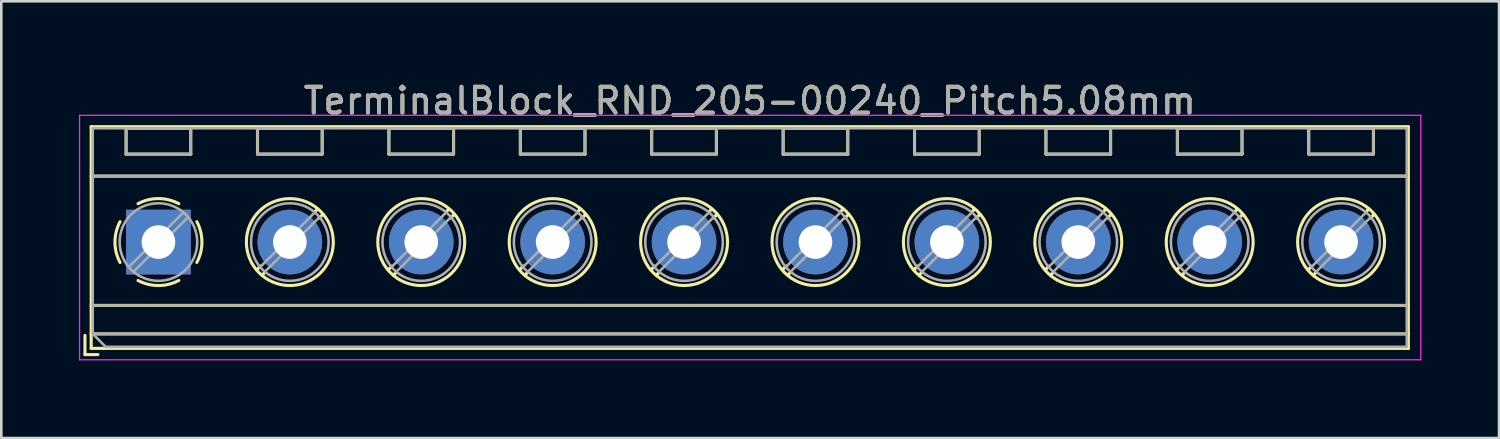
<source format=kicad_pcb>
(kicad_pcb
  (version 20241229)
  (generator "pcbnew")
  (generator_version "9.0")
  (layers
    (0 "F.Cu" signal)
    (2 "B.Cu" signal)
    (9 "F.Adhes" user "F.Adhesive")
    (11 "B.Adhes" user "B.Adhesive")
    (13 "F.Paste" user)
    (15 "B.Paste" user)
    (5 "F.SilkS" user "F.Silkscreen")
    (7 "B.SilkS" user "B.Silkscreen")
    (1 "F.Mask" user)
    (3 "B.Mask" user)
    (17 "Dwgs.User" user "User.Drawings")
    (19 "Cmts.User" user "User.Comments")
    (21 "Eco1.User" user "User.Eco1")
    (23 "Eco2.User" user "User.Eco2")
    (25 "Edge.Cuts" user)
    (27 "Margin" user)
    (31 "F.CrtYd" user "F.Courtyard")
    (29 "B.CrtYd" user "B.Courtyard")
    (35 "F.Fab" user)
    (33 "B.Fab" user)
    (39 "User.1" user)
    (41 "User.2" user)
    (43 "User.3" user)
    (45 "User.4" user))
  (footprint "TerminalBlock_RND_205-00240_Pitch5.08mm"
    (layer "F.Cu")
    (at 3.075 6.308)
    (property "Reference" "TerminalBlock_RND_205-00240_Pitch5.08mm" (at 22.86 -5.46 0) (layer "F.SilkS") (effects (font (size 1 1) (thickness 0.15))))
    (attr through_hole)
    (fp_line (start -2.84 3.61) (end -2.84 4.35) (stroke (width 0.12) (type solid)) (layer "F.SilkS"))
    (fp_line (start -2.84 4.35) (end -2.34 4.35) (stroke (width 0.12) (type solid)) (layer "F.SilkS"))
    (fp_line (start -2.6 -4.46) (end -2.6 4.11) (stroke (width 0.12) (type solid)) (layer "F.SilkS"))
    (fp_line (start -2.6 -2.55) (end 48.32 -2.55) (stroke (width 0.12) (type solid)) (layer "F.SilkS"))
    (fp_line (start -2.6 2.45) (end 48.32 2.45) (stroke (width 0.12) (type solid)) (layer "F.SilkS"))
    (fp_line (start -2.6 3.55) (end 48.32 3.55) (stroke (width 0.12) (type solid)) (layer "F.SilkS"))
    (fp_line (start -2.6 4.11) (end 48.32 4.11) (stroke (width 0.12) (type solid)) (layer "F.SilkS"))
    (fp_line (start -1.25 -4.4) (end -1.25 -3.4) (stroke (width 0.12) (type solid)) (layer "F.SilkS"))
    (fp_line (start -1.25 -4.4) (end 1.25 -4.4) (stroke (width 0.12) (type solid)) (layer "F.SilkS"))
    (fp_line (start -1.25 -3.4) (end 1.25 -3.4) (stroke (width 0.12) (type solid)) (layer "F.SilkS"))
    (fp_line (start 1.25 -4.4) (end 1.25 -3.4) (stroke (width 0.12) (type solid)) (layer "F.SilkS"))
    (fp_line (start 3.83 -4.4) (end 3.83 -3.4) (stroke (width 0.12) (type solid)) (layer "F.SilkS"))
    (fp_line (start 3.83 -4.4) (end 6.33 -4.4) (stroke (width 0.12) (type solid)) (layer "F.SilkS"))
    (fp_line (start 3.83 -3.4) (end 6.33 -3.4) (stroke (width 0.12) (type solid)) (layer "F.SilkS"))
    (fp_line (start 3.947 0.929) (end 3.806 1.069) (stroke (width 0.12) (type solid)) (layer "F.SilkS"))
    (fp_line (start 4.117 1.169) (end 4.011 1.274) (stroke (width 0.12) (type solid)) (layer "F.SilkS"))
    (fp_line (start 6.15 -1.275) (end 6.044 -1.169) (stroke (width 0.12) (type solid)) (layer "F.SilkS"))
    (fp_line (start 6.33 -4.4) (end 6.33 -3.4) (stroke (width 0.12) (type solid)) (layer "F.SilkS"))
    (fp_line (start 6.355 -1.069) (end 6.214 -0.929) (stroke (width 0.12) (type solid)) (layer "F.SilkS"))
    (fp_line (start 8.91 -4.4) (end 8.91 -3.4) (stroke (width 0.12) (type solid)) (layer "F.SilkS"))
    (fp_line (start 8.91 -4.4) (end 11.41 -4.4) (stroke (width 0.12) (type solid)) (layer "F.SilkS"))
    (fp_line (start 8.91 -3.4) (end 11.41 -3.4) (stroke (width 0.12) (type solid)) (layer "F.SilkS"))
    (fp_line (start 9.027 0.929) (end 8.886 1.069) (stroke (width 0.12) (type solid)) (layer "F.SilkS"))
    (fp_line (start 9.197 1.169) (end 9.091 1.274) (stroke (width 0.12) (type solid)) (layer "F.SilkS"))
    (fp_line (start 11.23 -1.275) (end 11.124 -1.169) (stroke (width 0.12) (type solid)) (layer "F.SilkS"))
    (fp_line (start 11.41 -4.4) (end 11.41 -3.4) (stroke (width 0.12) (type solid)) (layer "F.SilkS"))
    (fp_line (start 11.435 -1.069) (end 11.294 -0.929) (stroke (width 0.12) (type solid)) (layer "F.SilkS"))
    (fp_line (start 13.99 -4.4) (end 13.99 -3.4) (stroke (width 0.12) (type solid)) (layer "F.SilkS"))
    (fp_line (start 13.99 -4.4) (end 16.49 -4.4) (stroke (width 0.12) (type solid)) (layer "F.SilkS"))
    (fp_line (start 13.99 -3.4) (end 16.49 -3.4) (stroke (width 0.12) (type solid)) (layer "F.SilkS"))
    (fp_line (start 14.107 0.929) (end 13.966 1.069) (stroke (width 0.12) (type solid)) (layer "F.SilkS"))
    (fp_line (start 14.277 1.169) (end 14.171 1.274) (stroke (width 0.12) (type solid)) (layer "F.SilkS"))
    (fp_line (start 16.31 -1.275) (end 16.204 -1.169) (stroke (width 0.12) (type solid)) (layer "F.SilkS"))
    (fp_line (start 16.49 -4.4) (end 16.49 -3.4) (stroke (width 0.12) (type solid)) (layer "F.SilkS"))
    (fp_line (start 16.515 -1.069) (end 16.374 -0.929) (stroke (width 0.12) (type solid)) (layer "F.SilkS"))
    (fp_line (start 19.07 -4.4) (end 19.07 -3.4) (stroke (width 0.12) (type solid)) (layer "F.SilkS"))
    (fp_line (start 19.07 -4.4) (end 21.57 -4.4) (stroke (width 0.12) (type solid)) (layer "F.SilkS"))
    (fp_line (start 19.07 -3.4) (end 21.57 -3.4) (stroke (width 0.12) (type solid)) (layer "F.SilkS"))
    (fp_line (start 19.187 0.929) (end 19.046 1.069) (stroke (width 0.12) (type solid)) (layer "F.SilkS"))
    (fp_line (start 19.357 1.169) (end 19.251 1.274) (stroke (width 0.12) (type solid)) (layer "F.SilkS"))
    (fp_line (start 21.39 -1.275) (end 21.284 -1.169) (stroke (width 0.12) (type solid)) (layer "F.SilkS"))
    (fp_line (start 21.57 -4.4) (end 21.57 -3.4) (stroke (width 0.12) (type solid)) (layer "F.SilkS"))
    (fp_line (start 21.595 -1.069) (end 21.454 -0.929) (stroke (width 0.12) (type solid)) (layer "F.SilkS"))
    (fp_line (start 24.15 -4.4) (end 24.15 -3.4) (stroke (width 0.12) (type solid)) (layer "F.SilkS"))
    (fp_line (start 24.15 -4.4) (end 26.65 -4.4) (stroke (width 0.12) (type solid)) (layer "F.SilkS"))
    (fp_line (start 24.15 -3.4) (end 26.65 -3.4) (stroke (width 0.12) (type solid)) (layer "F.SilkS"))
    (fp_line (start 24.267 0.929) (end 24.126 1.069) (stroke (width 0.12) (type solid)) (layer "F.SilkS"))
    (fp_line (start 24.437 1.169) (end 24.331 1.274) (stroke (width 0.12) (type solid)) (layer "F.SilkS"))
    (fp_line (start 26.47 -1.275) (end 26.364 -1.169) (stroke (width 0.12) (type solid)) (layer "F.SilkS"))
    (fp_line (start 26.65 -4.4) (end 26.65 -3.4) (stroke (width 0.12) (type solid)) (layer "F.SilkS"))
    (fp_line (start 26.675 -1.069) (end 26.534 -0.929) (stroke (width 0.12) (type solid)) (layer "F.SilkS"))
    (fp_line (start 29.23 -4.4) (end 29.23 -3.4) (stroke (width 0.12) (type solid)) (layer "F.SilkS"))
    (fp_line (start 29.23 -4.4) (end 31.73 -4.4) (stroke (width 0.12) (type solid)) (layer "F.SilkS"))
    (fp_line (start 29.23 -3.4) (end 31.73 -3.4) (stroke (width 0.12) (type solid)) (layer "F.SilkS"))
    (fp_line (start 29.347 0.929) (end 29.206 1.069) (stroke (width 0.12) (type solid)) (layer "F.SilkS"))
    (fp_line (start 29.517 1.169) (end 29.411 1.274) (stroke (width 0.12) (type solid)) (layer "F.SilkS"))
    (fp_line (start 31.55 -1.275) (end 31.444 -1.169) (stroke (width 0.12) (type solid)) (layer "F.SilkS"))
    (fp_line (start 31.73 -4.4) (end 31.73 -3.4) (stroke (width 0.12) (type solid)) (layer "F.SilkS"))
    (fp_line (start 31.755 -1.069) (end 31.614 -0.929) (stroke (width 0.12) (type solid)) (layer "F.SilkS"))
    (fp_line (start 34.31 -4.4) (end 34.31 -3.4) (stroke (width 0.12) (type solid)) (layer "F.SilkS"))
    (fp_line (start 34.31 -4.4) (end 36.81 -4.4) (stroke (width 0.12) (type solid)) (layer "F.SilkS"))
    (fp_line (start 34.31 -3.4) (end 36.81 -3.4) (stroke (width 0.12) (type solid)) (layer "F.SilkS"))
    (fp_line (start 34.427 0.929) (end 34.286 1.069) (stroke (width 0.12) (type solid)) (layer "F.SilkS"))
    (fp_line (start 34.597 1.169) (end 34.491 1.274) (stroke (width 0.12) (type solid)) (layer "F.SilkS"))
    (fp_line (start 36.63 -1.275) (end 36.524 -1.169) (stroke (width 0.12) (type solid)) (layer "F.SilkS"))
    (fp_line (start 36.81 -4.4) (end 36.81 -3.4) (stroke (width 0.12) (type solid)) (layer "F.SilkS"))
    (fp_line (start 36.835 -1.069) (end 36.694 -0.929) (stroke (width 0.12) (type solid)) (layer "F.SilkS"))
    (fp_line (start 39.39 -4.4) (end 39.39 -3.4) (stroke (width 0.12) (type solid)) (layer "F.SilkS"))
    (fp_line (start 39.39 -4.4) (end 41.89 -4.4) (stroke (width 0.12) (type solid)) (layer "F.SilkS"))
    (fp_line (start 39.39 -3.4) (end 41.89 -3.4) (stroke (width 0.12) (type solid)) (layer "F.SilkS"))
    (fp_line (start 39.507 0.929) (end 39.366 1.069) (stroke (width 0.12) (type solid)) (layer "F.SilkS"))
    (fp_line (start 39.677 1.169) (end 39.571 1.274) (stroke (width 0.12) (type solid)) (layer "F.SilkS"))
    (fp_line (start 41.71 -1.275) (end 41.604 -1.169) (stroke (width 0.12) (type solid)) (layer "F.SilkS"))
    (fp_line (start 41.89 -4.4) (end 41.89 -3.4) (stroke (width 0.12) (type solid)) (layer "F.SilkS"))
    (fp_line (start 41.915 -1.069) (end 41.774 -0.929) (stroke (width 0.12) (type solid)) (layer "F.SilkS"))
    (fp_line (start 44.47 -4.4) (end 44.47 -3.4) (stroke (width 0.12) (type solid)) (layer "F.SilkS"))
    (fp_line (start 44.47 -4.4) (end 46.97 -4.4) (stroke (width 0.12) (type solid)) (layer "F.SilkS"))
    (fp_line (start 44.47 -3.4) (end 46.97 -3.4) (stroke (width 0.12) (type solid)) (layer "F.SilkS"))
    (fp_line (start 44.587 0.929) (end 44.446 1.069) (stroke (width 0.12) (type solid)) (layer "F.SilkS"))
    (fp_line (start 44.757 1.169) (end 44.651 1.274) (stroke (width 0.12) (type solid)) (layer "F.SilkS"))
    (fp_line (start 46.79 -1.275) (end 46.684 -1.169) (stroke (width 0.12) (type solid)) (layer "F.SilkS"))
    (fp_line (start 46.97 -4.4) (end 46.97 -3.4) (stroke (width 0.12) (type solid)) (layer "F.SilkS"))
    (fp_line (start 46.995 -1.069) (end 46.854 -0.929) (stroke (width 0.12) (type solid)) (layer "F.SilkS"))
    (fp_line (start 48.32 -4.46) (end -2.6 -4.46) (stroke (width 0.12) (type solid)) (layer "F.SilkS"))
    (fp_line (start 48.32 4.11) (end 48.32 -4.46) (stroke (width 0.12) (type solid)) (layer "F.SilkS"))
    (fp_arc (start -1.483953 0.789089) (mid -1.680708 0.00005) (end -1.484 -0.789) (stroke (width 0.12) (type solid)) (layer "F.SilkS"))
    (fp_arc (start -0.789089 -1.483953) (mid -0.00005 -1.680708) (end 0.789 -1.484) (stroke (width 0.12) (type solid)) (layer "F.SilkS"))
    (fp_arc (start 0.029383 1.68045) (mid -0.392304 1.634281) (end -0.789 1.484) (stroke (width 0.12) (type solid)) (layer "F.SilkS"))
    (fp_arc (start 0.788712 1.483352) (mid 0.406429 1.630097) (end 0 1.68) (stroke (width 0.12) (type solid)) (layer "F.SilkS"))
    (fp_arc (start 1.483953 -0.789089) (mid 1.680708 -0.00005) (end 1.484 0.789) (stroke (width 0.12) (type solid)) (layer "F.SilkS"))
    (fp_circle (center 5.08 0) (end 6.76 0) (stroke (width 0.12) (type solid)) (fill no) (layer "F.SilkS"))
    (fp_circle (center 10.16 0) (end 11.84 0) (stroke (width 0.12) (type solid)) (fill no) (layer "F.SilkS"))
    (fp_circle (center 15.24 0) (end 16.92 0) (stroke (width 0.12) (type solid)) (fill no) (layer "F.SilkS"))
    (fp_circle (center 20.32 0) (end 22 0) (stroke (width 0.12) (type solid)) (fill no) (layer "F.SilkS"))
    (fp_circle (center 25.4 0) (end 27.08 0) (stroke (width 0.12) (type solid)) (fill no) (layer "F.SilkS"))
    (fp_circle (center 30.48 0) (end 32.16 0) (stroke (width 0.12) (type solid)) (fill no) (layer "F.SilkS"))
    (fp_circle (center 35.56 0) (end 37.24 0) (stroke (width 0.12) (type solid)) (fill no) (layer "F.SilkS"))
    (fp_circle (center 40.64 0) (end 42.32 0) (stroke (width 0.12) (type solid)) (fill no) (layer "F.SilkS"))
    (fp_circle (center 45.72 0) (end 47.4 0) (stroke (width 0.12) (type solid)) (fill no) (layer "F.SilkS"))
    (fp_line (start -3.05 -4.9) (end -3.05 4.55) (stroke (width 0.05) (type solid)) (layer "F.CrtYd"))
    (fp_line (start -3.05 4.55) (end 48.8 4.55) (stroke (width 0.05) (type solid)) (layer "F.CrtYd"))
    (fp_line (start 48.8 -4.9) (end -3.05 -4.9) (stroke (width 0.05) (type solid)) (layer "F.CrtYd"))
    (fp_line (start 48.8 4.55) (end 48.8 -4.9) (stroke (width 0.05) (type solid)) (layer "F.CrtYd"))
    (fp_line (start -2.54 -4.4) (end 48.26 -4.4) (stroke (width 0.1) (type solid)) (layer "F.Fab"))
    (fp_line (start -2.54 -2.55) (end 48.26 -2.55) (stroke (width 0.1) (type solid)) (layer "F.Fab"))
    (fp_line (start -2.54 2.45) (end 48.26 2.45) (stroke (width 0.1) (type solid)) (layer "F.Fab"))
    (fp_line (start -2.54 3.55) (end -2.54 -4.4) (stroke (width 0.1) (type solid)) (layer "F.Fab"))
    (fp_line (start -2.54 3.55) (end 48.26 3.55) (stroke (width 0.1) (type solid)) (layer "F.Fab"))
    (fp_line (start -2.04 4.05) (end -2.54 3.55) (stroke (width 0.1) (type solid)) (layer "F.Fab"))
    (fp_line (start -1.25 -4.4) (end -1.25 -3.4) (stroke (width 0.1) (type solid)) (layer "F.Fab"))
    (fp_line (start -1.25 -3.4) (end 1.25 -3.4) (stroke (width 0.1) (type solid)) (layer "F.Fab"))
    (fp_line (start 0.955 -1.138) (end -1.138 0.955) (stroke (width 0.1) (type solid)) (layer "F.Fab"))
    (fp_line (start 1.138 -0.955) (end -0.955 1.138) (stroke (width 0.1) (type solid)) (layer "F.Fab"))
    (fp_line (start 1.25 -4.4) (end -1.25 -4.4) (stroke (width 0.1) (type solid)) (layer "F.Fab"))
    (fp_line (start 1.25 -3.4) (end 1.25 -4.4) (stroke (width 0.1) (type solid)) (layer "F.Fab"))
    (fp_line (start 3.83 -4.4) (end 3.83 -3.4) (stroke (width 0.1) (type solid)) (layer "F.Fab"))
    (fp_line (start 3.83 -3.4) (end 6.33 -3.4) (stroke (width 0.1) (type solid)) (layer "F.Fab"))
    (fp_line (start 6.035 -1.138) (end 3.943 0.955) (stroke (width 0.1) (type solid)) (layer "F.Fab"))
    (fp_line (start 6.218 -0.955) (end 4.126 1.138) (stroke (width 0.1) (type solid)) (layer "F.Fab"))
    (fp_line (start 6.33 -4.4) (end 3.83 -4.4) (stroke (width 0.1) (type solid)) (layer "F.Fab"))
    (fp_line (start 6.33 -3.4) (end 6.33 -4.4) (stroke (width 0.1) (type solid)) (layer "F.Fab"))
    (fp_line (start 8.91 -4.4) (end 8.91 -3.4) (stroke (width 0.1) (type solid)) (layer "F.Fab"))
    (fp_line (start 8.91 -3.4) (end 11.41 -3.4) (stroke (width 0.1) (type solid)) (layer "F.Fab"))
    (fp_line (start 11.115 -1.138) (end 9.023 0.955) (stroke (width 0.1) (type solid)) (layer "F.Fab"))
    (fp_line (start 11.298 -0.955) (end 9.206 1.138) (stroke (width 0.1) (type solid)) (layer "F.Fab"))
    (fp_line (start 11.41 -4.4) (end 8.91 -4.4) (stroke (width 0.1) (type solid)) (layer "F.Fab"))
    (fp_line (start 11.41 -3.4) (end 11.41 -4.4) (stroke (width 0.1) (type solid)) (layer "F.Fab"))
    (fp_line (start 13.99 -4.4) (end 13.99 -3.4) (stroke (width 0.1) (type solid)) (layer "F.Fab"))
    (fp_line (start 13.99 -3.4) (end 16.49 -3.4) (stroke (width 0.1) (type solid)) (layer "F.Fab"))
    (fp_line (start 16.195 -1.138) (end 14.103 0.955) (stroke (width 0.1) (type solid)) (layer "F.Fab"))
    (fp_line (start 16.378 -0.955) (end 14.286 1.138) (stroke (width 0.1) (type solid)) (layer "F.Fab"))
    (fp_line (start 16.49 -4.4) (end 13.99 -4.4) (stroke (width 0.1) (type solid)) (layer "F.Fab"))
    (fp_line (start 16.49 -3.4) (end 16.49 -4.4) (stroke (width 0.1) (type solid)) (layer "F.Fab"))
    (fp_line (start 19.07 -4.4) (end 19.07 -3.4) (stroke (width 0.1) (type solid)) (layer "F.Fab"))
    (fp_line (start 19.07 -3.4) (end 21.57 -3.4) (stroke (width 0.1) (type solid)) (layer "F.Fab"))
    (fp_line (start 21.275 -1.138) (end 19.183 0.955) (stroke (width 0.1) (type solid)) (layer "F.Fab"))
    (fp_line (start 21.458 -0.955) (end 19.366 1.138) (stroke (width 0.1) (type solid)) (layer "F.Fab"))
    (fp_line (start 21.57 -4.4) (end 19.07 -4.4) (stroke (width 0.1) (type solid)) (layer "F.Fab"))
    (fp_line (start 21.57 -3.4) (end 21.57 -4.4) (stroke (width 0.1) (type solid)) (layer "F.Fab"))
    (fp_line (start 24.15 -4.4) (end 24.15 -3.4) (stroke (width 0.1) (type solid)) (layer "F.Fab"))
    (fp_line (start 24.15 -3.4) (end 26.65 -3.4) (stroke (width 0.1) (type solid)) (layer "F.Fab"))
    (fp_line (start 26.355 -1.138) (end 24.263 0.955) (stroke (width 0.1) (type solid)) (layer "F.Fab"))
    (fp_line (start 26.538 -0.955) (end 24.446 1.138) (stroke (width 0.1) (type solid)) (layer "F.Fab"))
    (fp_line (start 26.65 -4.4) (end 24.15 -4.4) (stroke (width 0.1) (type solid)) (layer "F.Fab"))
    (fp_line (start 26.65 -3.4) (end 26.65 -4.4) (stroke (width 0.1) (type solid)) (layer "F.Fab"))
    (fp_line (start 29.23 -4.4) (end 29.23 -3.4) (stroke (width 0.1) (type solid)) (layer "F.Fab"))
    (fp_line (start 29.23 -3.4) (end 31.73 -3.4) (stroke (width 0.1) (type solid)) (layer "F.Fab"))
    (fp_line (start 31.435 -1.138) (end 29.343 0.955) (stroke (width 0.1) (type solid)) (layer "F.Fab"))
    (fp_line (start 31.618 -0.955) (end 29.526 1.138) (stroke (width 0.1) (type solid)) (layer "F.Fab"))
    (fp_line (start 31.73 -4.4) (end 29.23 -4.4) (stroke (width 0.1) (type solid)) (layer "F.Fab"))
    (fp_line (start 31.73 -3.4) (end 31.73 -4.4) (stroke (width 0.1) (type solid)) (layer "F.Fab"))
    (fp_line (start 34.31 -4.4) (end 34.31 -3.4) (stroke (width 0.1) (type solid)) (layer "F.Fab"))
    (fp_line (start 34.31 -3.4) (end 36.81 -3.4) (stroke (width 0.1) (type solid)) (layer "F.Fab"))
    (fp_line (start 36.515 -1.138) (end 34.423 0.955) (stroke (width 0.1) (type solid)) (layer "F.Fab"))
    (fp_line (start 36.698 -0.955) (end 34.606 1.138) (stroke (width 0.1) (type solid)) (layer "F.Fab"))
    (fp_line (start 36.81 -4.4) (end 34.31 -4.4) (stroke (width 0.1) (type solid)) (layer "F.Fab"))
    (fp_line (start 36.81 -3.4) (end 36.81 -4.4) (stroke (width 0.1) (type solid)) (layer "F.Fab"))
    (fp_line (start 39.39 -4.4) (end 39.39 -3.4) (stroke (width 0.1) (type solid)) (layer "F.Fab"))
    (fp_line (start 39.39 -3.4) (end 41.89 -3.4) (stroke (width 0.1) (type solid)) (layer "F.Fab"))
    (fp_line (start 41.595 -1.138) (end 39.503 0.955) (stroke (width 0.1) (type solid)) (layer "F.Fab"))
    (fp_line (start 41.778 -0.955) (end 39.686 1.138) (stroke (width 0.1) (type solid)) (layer "F.Fab"))
    (fp_line (start 41.89 -4.4) (end 39.39 -4.4) (stroke (width 0.1) (type solid)) (layer "F.Fab"))
    (fp_line (start 41.89 -3.4) (end 41.89 -4.4) (stroke (width 0.1) (type solid)) (layer "F.Fab"))
    (fp_line (start 44.47 -4.4) (end 44.47 -3.4) (stroke (width 0.1) (type solid)) (layer "F.Fab"))
    (fp_line (start 44.47 -3.4) (end 46.97 -3.4) (stroke (width 0.1) (type solid)) (layer "F.Fab"))
    (fp_line (start 46.675 -1.138) (end 44.583 0.955) (stroke (width 0.1) (type solid)) (layer "F.Fab"))
    (fp_line (start 46.858 -0.955) (end 44.766 1.138) (stroke (width 0.1) (type solid)) (layer "F.Fab"))
    (fp_line (start 46.97 -4.4) (end 44.47 -4.4) (stroke (width 0.1) (type solid)) (layer "F.Fab"))
    (fp_line (start 46.97 -3.4) (end 46.97 -4.4) (stroke (width 0.1) (type solid)) (layer "F.Fab"))
    (fp_line (start 48.26 -4.4) (end 48.26 4.05) (stroke (width 0.1) (type solid)) (layer "F.Fab"))
    (fp_line (start 48.26 4.05) (end -2.04 4.05) (stroke (width 0.1) (type solid)) (layer "F.Fab"))
    (fp_circle (center 0 0) (end 1.5 0) (stroke (width 0.1) (type solid)) (fill no) (layer "F.Fab"))
    (fp_circle (center 5.08 0) (end 6.58 0) (stroke (width 0.1) (type solid)) (fill no) (layer "F.Fab"))
    (fp_circle (center 10.16 0) (end 11.66 0) (stroke (width 0.1) (type solid)) (fill no) (layer "F.Fab"))
    (fp_circle (center 15.24 0) (end 16.74 0) (stroke (width 0.1) (type solid)) (fill no) (layer "F.Fab"))
    (fp_circle (center 20.32 0) (end 21.82 0) (stroke (width 0.1) (type solid)) (fill no) (layer "F.Fab"))
    (fp_circle (center 25.4 0) (end 26.9 0) (stroke (width 0.1) (type solid)) (fill no) (layer "F.Fab"))
    (fp_circle (center 30.48 0) (end 31.98 0) (stroke (width 0.1) (type solid)) (fill no) (layer "F.Fab"))
    (fp_circle (center 35.56 0) (end 37.06 0) (stroke (width 0.1) (type solid)) (fill no) (layer "F.Fab"))
    (fp_circle (center 40.64 0) (end 42.14 0) (stroke (width 0.1) (type solid)) (fill no) (layer "F.Fab"))
    (fp_circle (center 45.72 0) (end 47.22 0) (stroke (width 0.1) (type solid)) (fill no) (layer "F.Fab"))
    (fp_text user "${REFERENCE}" (at 22.86 -5.46 0) (layer "F.Fab") (effects (font (size 1 1) (thickness 0.15))))
    (pad "1" thru_hole rect (at 0 0) (size 2.5 2.5) (drill 1.3) (layers "*.Cu" "*.Mask"))
    (pad "2" thru_hole oval (at 5.08 0) (size 2.5 2.5) (drill 1.3) (layers "*.Cu" "*.Mask"))
    (pad "3" thru_hole oval (at 10.16 0) (size 2.5 2.5) (drill 1.3) (layers "*.Cu" "*.Mask"))
    (pad "4" thru_hole oval (at 15.24 0) (size 2.5 2.5) (drill 1.3) (layers "*.Cu" "*.Mask"))
    (pad "5" thru_hole oval (at 20.32 0) (size 2.5 2.5) (drill 1.3) (layers "*.Cu" "*.Mask"))
    (pad "6" thru_hole oval (at 25.4 0) (size 2.5 2.5) (drill 1.3) (layers "*.Cu" "*.Mask"))
    (pad "7" thru_hole oval (at 30.48 0) (size 2.5 2.5) (drill 1.3) (layers "*.Cu" "*.Mask"))
    (pad "8" thru_hole oval (at 35.56 0) (size 2.5 2.5) (drill 1.3) (layers "*.Cu" "*.Mask"))
    (pad "9" thru_hole oval (at 40.64 0) (size 2.5 2.5) (drill 1.3) (layers "*.Cu" "*.Mask"))
    (pad "10" thru_hole oval (at 45.72 0) (size 2.5 2.5) (drill 1.3) (layers "*.Cu" "*.Mask")))
  (gr_rect
    (start -3 -3)
    (end 54.9 13.883)
    (stroke (width 0.1) (type default))
    (fill no)
    (layer "Edge.Cuts")))
</source>
